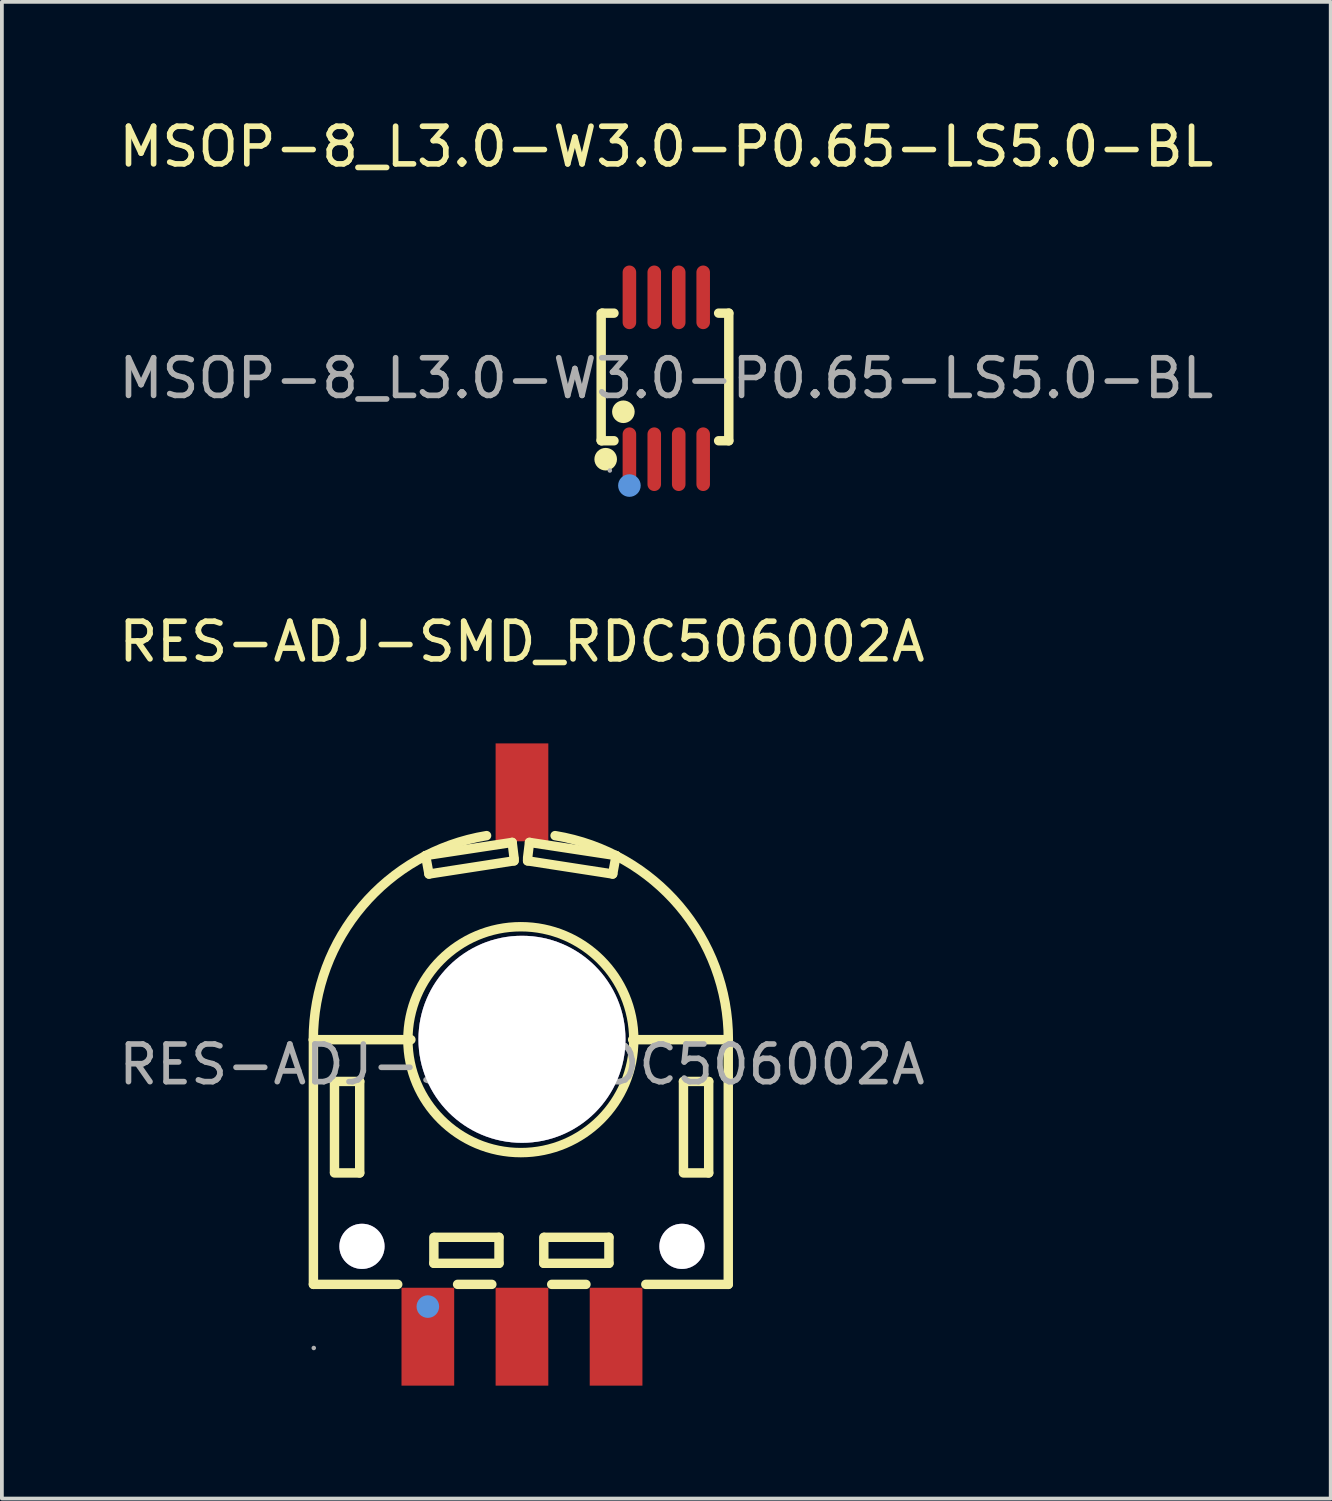
<source format=kicad_pcb>
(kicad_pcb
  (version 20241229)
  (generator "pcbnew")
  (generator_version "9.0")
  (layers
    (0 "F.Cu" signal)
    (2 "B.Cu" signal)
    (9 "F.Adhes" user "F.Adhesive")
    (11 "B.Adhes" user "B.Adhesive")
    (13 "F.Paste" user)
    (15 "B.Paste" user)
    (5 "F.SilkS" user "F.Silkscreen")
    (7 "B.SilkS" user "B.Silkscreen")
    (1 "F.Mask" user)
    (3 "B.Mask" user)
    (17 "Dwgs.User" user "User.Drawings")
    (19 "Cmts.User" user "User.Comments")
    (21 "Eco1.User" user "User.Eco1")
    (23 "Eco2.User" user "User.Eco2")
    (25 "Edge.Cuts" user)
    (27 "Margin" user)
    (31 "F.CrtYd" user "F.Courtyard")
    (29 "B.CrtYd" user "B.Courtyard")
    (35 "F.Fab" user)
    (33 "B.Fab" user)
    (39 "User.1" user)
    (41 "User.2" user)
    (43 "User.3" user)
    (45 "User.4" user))
  (footprint "RES-ADJ-SMD_RDC506002A"
    (layer "F.Cu")
    (at 10.815 25.227)
    (property "Reference" "RES-ADJ-SMD_RDC506002A" (at 0 -11.23 0) (layer "F.SilkS") (effects (font (size 1 1) (thickness 0.15))))
    (attr smd)
    (fp_line (start -5.54 -0.66) (end -5.54 5.84) (stroke (width 0.25) (type solid)) (layer "F.SilkS"))
    (fp_line (start -5.54 -0.66) (end -2.95 -0.66) (stroke (width 0.25) (type solid)) (layer "F.SilkS"))
    (fp_line (start -5.54 5.84) (end -3.3 5.84) (stroke (width 0.25) (type solid)) (layer "F.SilkS"))
    (fp_line (start -4.98 0.45) (end -4.31 0.45) (stroke (width 0.25) (type solid)) (layer "F.SilkS"))
    (fp_line (start -4.98 2.85) (end -4.98 0.45) (stroke (width 0.25) (type solid)) (layer "F.SilkS"))
    (fp_line (start -4.31 0.45) (end -4.31 2.88) (stroke (width 0.25) (type solid)) (layer "F.SilkS"))
    (fp_line (start -4.31 2.88) (end -4.98 2.88) (stroke (width 0.25) (type solid)) (layer "F.SilkS"))
    (fp_line (start -2.56 -5.55) (end -0.26 -5.9) (stroke (width 0.25) (type solid)) (layer "F.SilkS"))
    (fp_line (start -2.47 -5.06) (end -2.56 -5.55) (stroke (width 0.25) (type solid)) (layer "F.SilkS"))
    (fp_line (start -2.34 5.28) (end -2.34 4.59) (stroke (width 0.25) (type solid)) (layer "F.SilkS"))
    (fp_line (start -2.32 4.59) (end -0.61 4.59) (stroke (width 0.25) (type solid)) (layer "F.SilkS"))
    (fp_line (start -1.71 5.84) (end -0.8 5.84) (stroke (width 0.25) (type solid)) (layer "F.SilkS"))
    (fp_line (start -0.61 4.59) (end -0.61 5.28) (stroke (width 0.25) (type solid)) (layer "F.SilkS"))
    (fp_line (start -0.61 5.28) (end -2.34 5.28) (stroke (width 0.25) (type solid)) (layer "F.SilkS"))
    (fp_line (start -0.26 -5.9) (end -0.21 -5.49) (stroke (width 0.25) (type solid)) (layer "F.SilkS"))
    (fp_line (start -0.21 -5.46) (end -0.21 -5.41) (stroke (width 0.25) (type solid)) (layer "F.SilkS"))
    (fp_line (start -0.21 -5.41) (end -2.47 -5.06) (stroke (width 0.25) (type solid)) (layer "F.SilkS"))
    (fp_line (start 0.15 -5.46) (end 0.15 -5.41) (stroke (width 0.25) (type solid)) (layer "F.SilkS"))
    (fp_line (start 0.15 -5.41) (end 2.41 -5.06) (stroke (width 0.25) (type solid)) (layer "F.SilkS"))
    (fp_line (start 0.2 -5.9) (end 0.15 -5.49) (stroke (width 0.25) (type solid)) (layer "F.SilkS"))
    (fp_line (start 0.58 5.28) (end 0.58 4.59) (stroke (width 0.25) (type solid)) (layer "F.SilkS"))
    (fp_line (start 0.6 4.59) (end 2.31 4.59) (stroke (width 0.25) (type solid)) (layer "F.SilkS"))
    (fp_line (start 0.79 5.84) (end 1.7 5.84) (stroke (width 0.25) (type solid)) (layer "F.SilkS"))
    (fp_line (start 2.31 4.59) (end 2.31 5.28) (stroke (width 0.25) (type solid)) (layer "F.SilkS"))
    (fp_line (start 2.31 5.28) (end 0.58 5.28) (stroke (width 0.25) (type solid)) (layer "F.SilkS"))
    (fp_line (start 2.41 -5.06) (end 2.5 -5.55) (stroke (width 0.25) (type solid)) (layer "F.SilkS"))
    (fp_line (start 2.5 -5.55) (end 0.2 -5.9) (stroke (width 0.25) (type solid)) (layer "F.SilkS"))
    (fp_line (start 2.94 -0.66) (end 5.48 -0.66) (stroke (width 0.25) (type solid)) (layer "F.SilkS"))
    (fp_line (start 3.29 5.84) (end 5.48 5.84) (stroke (width 0.25) (type solid)) (layer "F.SilkS"))
    (fp_line (start 4.29 0.45) (end 4.96 0.45) (stroke (width 0.25) (type solid)) (layer "F.SilkS"))
    (fp_line (start 4.29 2.85) (end 4.29 0.45) (stroke (width 0.25) (type solid)) (layer "F.SilkS"))
    (fp_line (start 4.96 0.45) (end 4.96 2.88) (stroke (width 0.25) (type solid)) (layer "F.SilkS"))
    (fp_line (start 4.96 2.88) (end 4.29 2.88) (stroke (width 0.25) (type solid)) (layer "F.SilkS"))
    (fp_line (start 5.48 -0.66) (end 5.48 5.84) (stroke (width 0.25) (type solid)) (layer "F.SilkS"))
    (fp_arc (start -5.542585 -0.657591) (mid -4.237479 -4.214366) (end -0.94 -6.08) (stroke (width 0.25) (type solid)) (layer "F.SilkS"))
    (fp_arc (start 0.88 -6.08) (mid 4.177479 -4.214366) (end 5.482585 -0.657591) (stroke (width 0.25) (type solid)) (layer "F.SilkS"))
    (fp_circle (center -0.03 -0.66) (end 2.97 -0.66) (stroke (width 0.25) (type solid)) (fill no) (layer "F.SilkS"))
    (fp_circle (center -2.5 6.43) (end -2.35 6.43) (stroke (width 0.3) (type solid)) (fill no) (layer "Cmts.User"))
    (fp_circle (center -5.53 7.53) (end -5.5 7.53) (stroke (width 0.06) (type solid)) (fill no) (layer "F.Fab"))
    (fp_text user "${REFERENCE}" (at 0 0 0) (layer "F.Fab") (effects (font (size 1 1) (thickness 0.15))))
    (pad "" thru_hole circle (at -4.25 4.83) (size 1.2 1.2) (drill 1.2) (layers "*.Cu" "*.Mask"))
    (pad "" thru_hole circle (at 0 -0.67) (size 5.5 5.5) (drill 5.5) (layers "*.Cu" "*.Mask"))
    (pad "" thru_hole circle (at 4.25 4.83) (size 1.2 1.2) (drill 1.2) (layers "*.Cu" "*.Mask"))
    (pad "1" smd rect (at -2.5 7.23) (size 1.4 2.6) (layers "F.Cu" "F.Mask" "F.Paste"))
    (pad "2" smd rect (at 0 -7.23) (size 1.4 2.6) (layers "F.Cu" "F.Mask" "F.Paste"))
    (pad "2" smd rect (at 0 7.23) (size 1.4 2.6) (layers "F.Cu" "F.Mask" "F.Paste"))
    (pad "3" smd rect (at 2.5 7.23) (size 1.4 2.6) (layers "F.Cu" "F.Mask" "F.Paste")))
  (footprint "MSOP-8_L3.0-W3.0-P0.65-LS5.0-BL"
    (layer "F.Cu")
    (at 14.649 6.998)
    (property "Reference" "MSOP-8_L3.0-W3.0-P0.65-LS5.0-BL" (at 0 -6.15 0) (layer "F.SilkS") (effects (font (size 1 1) (thickness 0.15))))
    (attr smd)
    (fp_line (start -1.73 -1.72) (end -1.73 1.65) (stroke (width 0.25) (type solid)) (layer "F.SilkS"))
    (fp_line (start -1.73 1.65) (end -1.72 1.66) (stroke (width 0.25) (type solid)) (layer "F.SilkS"))
    (fp_line (start -1.72 1.66) (end -1.39 1.66) (stroke (width 0.25) (type solid)) (layer "F.SilkS"))
    (fp_line (start -1.7 -1.73) (end -1.72 -1.71) (stroke (width 0.25) (type solid)) (layer "F.SilkS"))
    (fp_line (start -1.39 -1.73) (end -1.7 -1.73) (stroke (width 0.25) (type solid)) (layer "F.SilkS"))
    (fp_line (start 1.39 1.66) (end 1.66 1.66) (stroke (width 0.25) (type solid)) (layer "F.SilkS"))
    (fp_line (start 1.66 -1.73) (end 1.39 -1.73) (stroke (width 0.25) (type solid)) (layer "F.SilkS"))
    (fp_line (start 1.66 1.66) (end 1.66 -1.73) (stroke (width 0.25) (type solid)) (layer "F.SilkS"))
    (fp_circle (center -1.61 2.15) (end -1.46 2.15) (stroke (width 0.3) (type solid)) (fill no) (layer "F.SilkS"))
    (fp_circle (center -1.14 0.89) (end -0.99 0.89) (stroke (width 0.3) (type solid)) (fill no) (layer "F.SilkS"))
    (fp_circle (center -0.98 2.85) (end -0.83 2.85) (stroke (width 0.3) (type solid)) (fill no) (layer "Cmts.User"))
    (fp_circle (center -1.5 2.45) (end -1.47 2.45) (stroke (width 0.06) (type solid)) (fill no) (layer "F.Fab"))
    (fp_text user "${REFERENCE}" (at 0 0 0) (layer "F.Fab") (effects (font (size 1 1) (thickness 0.15))))
    (pad "1" smd oval (at -0.98 2.15) (size 0.36 1.69) (layers "F.Cu" "F.Mask" "F.Paste"))
    (pad "2" smd oval (at -0.32 2.15) (size 0.36 1.69) (layers "F.Cu" "F.Mask" "F.Paste"))
    (pad "3" smd oval (at 0.33 2.15) (size 0.36 1.69) (layers "F.Cu" "F.Mask" "F.Paste"))
    (pad "4" smd oval (at 0.98 2.15) (size 0.36 1.69) (layers "F.Cu" "F.Mask" "F.Paste"))
    (pad "5" smd oval (at 0.98 -2.15) (size 0.36 1.69) (layers "F.Cu" "F.Mask" "F.Paste"))
    (pad "6" smd oval (at 0.33 -2.15) (size 0.36 1.69) (layers "F.Cu" "F.Mask" "F.Paste"))
    (pad "7" smd oval (at -0.32 -2.15) (size 0.36 1.69) (layers "F.Cu" "F.Mask" "F.Paste"))
    (pad "8" smd oval (at -0.98 -2.15) (size 0.36 1.69) (layers "F.Cu" "F.Mask" "F.Paste")))
  (gr_rect
    (start -3 -3)
    (end 32.298 36.757)
    (stroke (width 0.1) (type default))
    (fill no)
    (layer "Edge.Cuts")))
</source>
